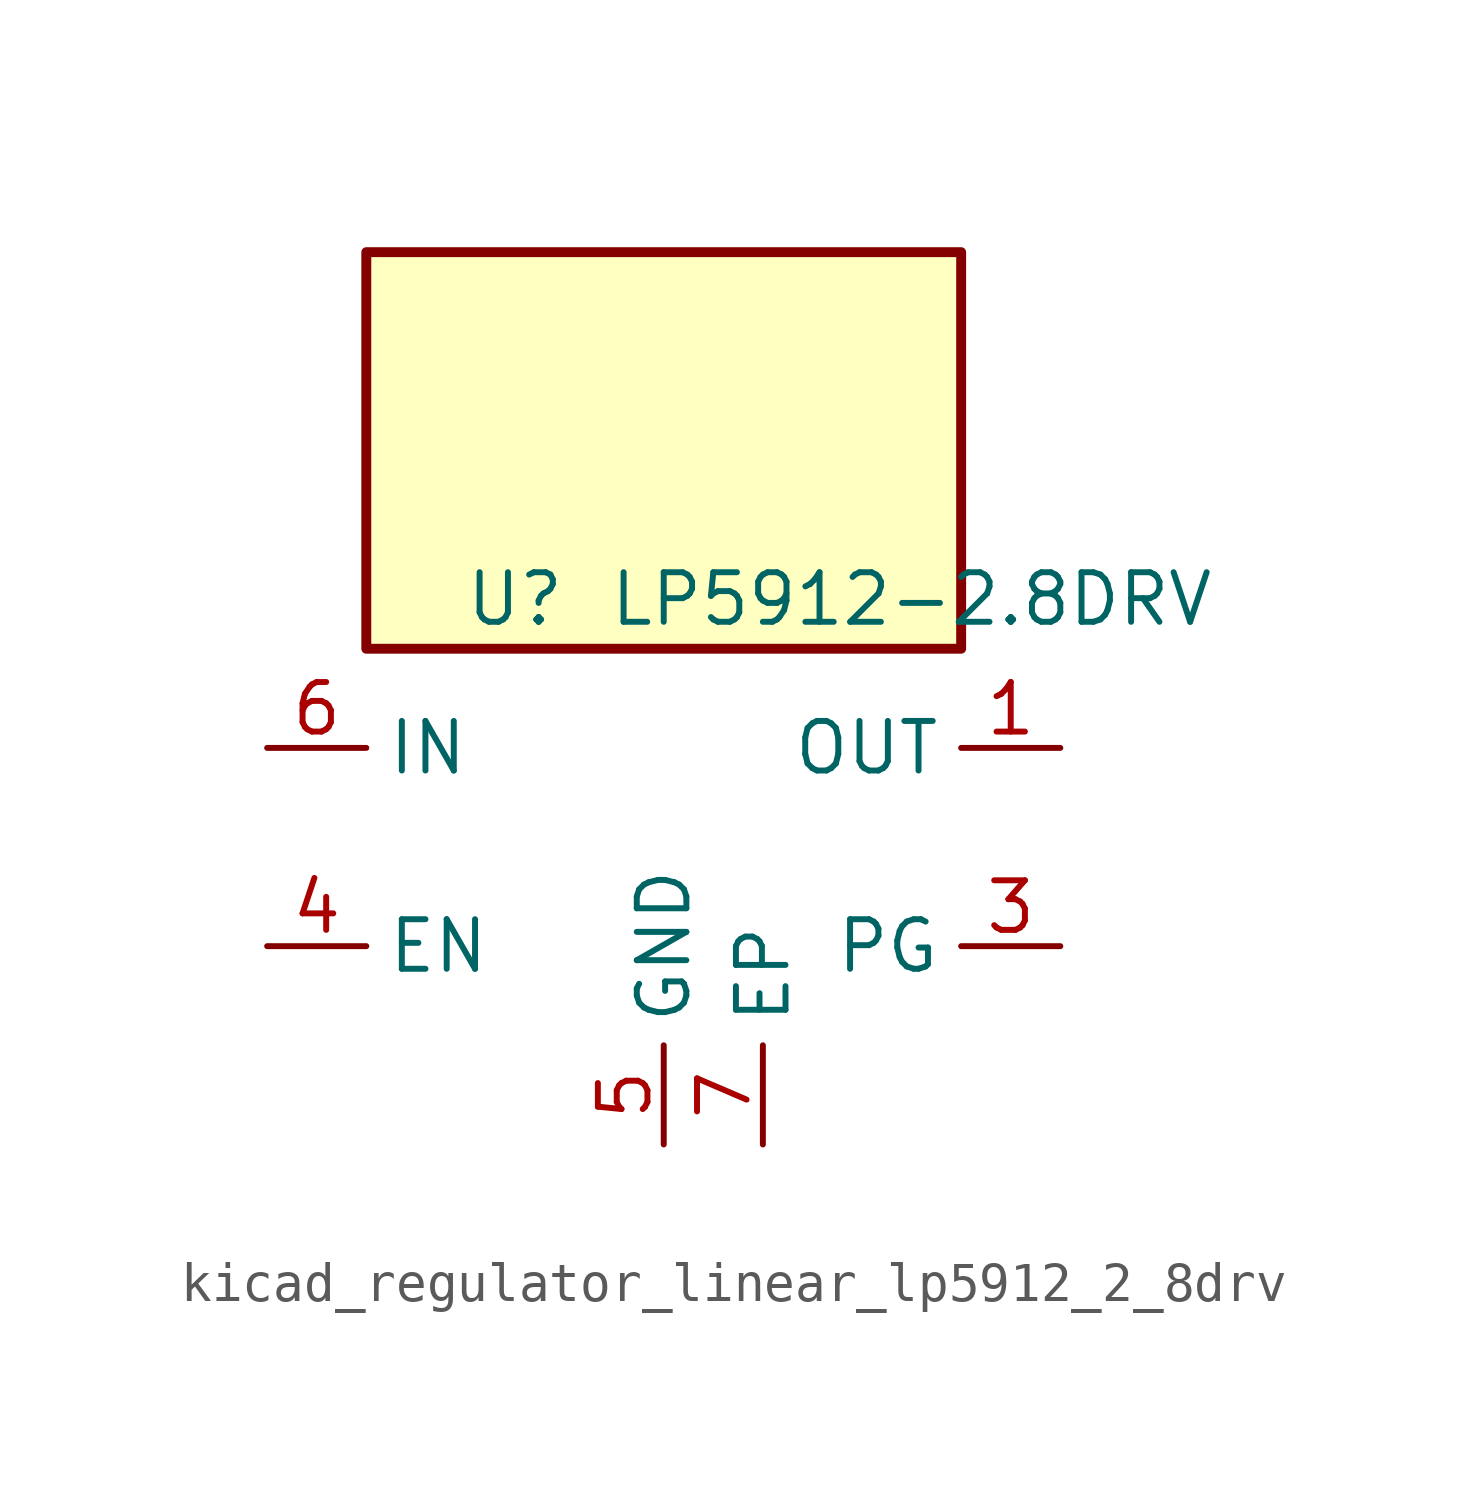
<source format=kicad_sym>
(kicad_symbol_lib
  (version 20220914)
  (generator kicad_symbol_editor)
  (symbol "kicad_regulator_linear_lp5912_2_8drv"
    (property "Reference" "U"
      (at -3.81 6.35 0)
      (effects (font (size 1.27 1.27))))
    (property "Value" "LP5912-2.8DRV"
      (at 6.35 6.35 0)
      (effects (font (size 1.27 1.27))))
    (symbol "kicad_regulator_linear_lp5912_2_8drv_0_1"
      (rectangle (start 7.62 15.24) (end -7.62 5.08) (stroke (width 0.254) (type default)) (fill (type background)))
      (pin power_out line (at 10.16 2.54 180) (length 2.54) (name "OUT" (effects (font (size 1.27 1.27)))) (number "1" (effects (font (size 1.27 1.27)))))
      (pin no_connect line (at 7.62 0 180) (length 2.54) hide (name "NC" (effects (font (size 1.27 1.27)))) (number "2" (effects (font (size 1.27 1.27)))))
      (pin input line (at -10.16 -2.54 0) (length 2.54) (name "EN" (effects (font (size 1.27 1.27)))) (number "4" (effects (font (size 1.27 1.27)))))
      (pin power_in line (at 0 -7.62 90) (length 2.54) (name "GND" (effects (font (size 1.27 1.27)))) (number "5" (effects (font (size 1.27 1.27)))))
      (pin power_in line (at -10.16 2.54 0) (length 2.54) (name "IN" (effects (font (size 1.27 1.27)))) (number "6" (effects (font (size 1.27 1.27))))))
    (symbol "kicad_regulator_linear_lp5912_2_8drv_1_1"
      (pin open_collector line (at 10.16 -2.54 180) (length 2.54) (name "PG" (effects (font (size 1.27 1.27)))) (number "3" (effects (font (size 1.27 1.27)))))
      (pin passive line (at 2.54 -7.62 90) (length 2.54) (name "EP" (effects (font (size 1.27 1.27)))) (number "7" (effects (font (size 1.27 1.27))))))))
</source>
